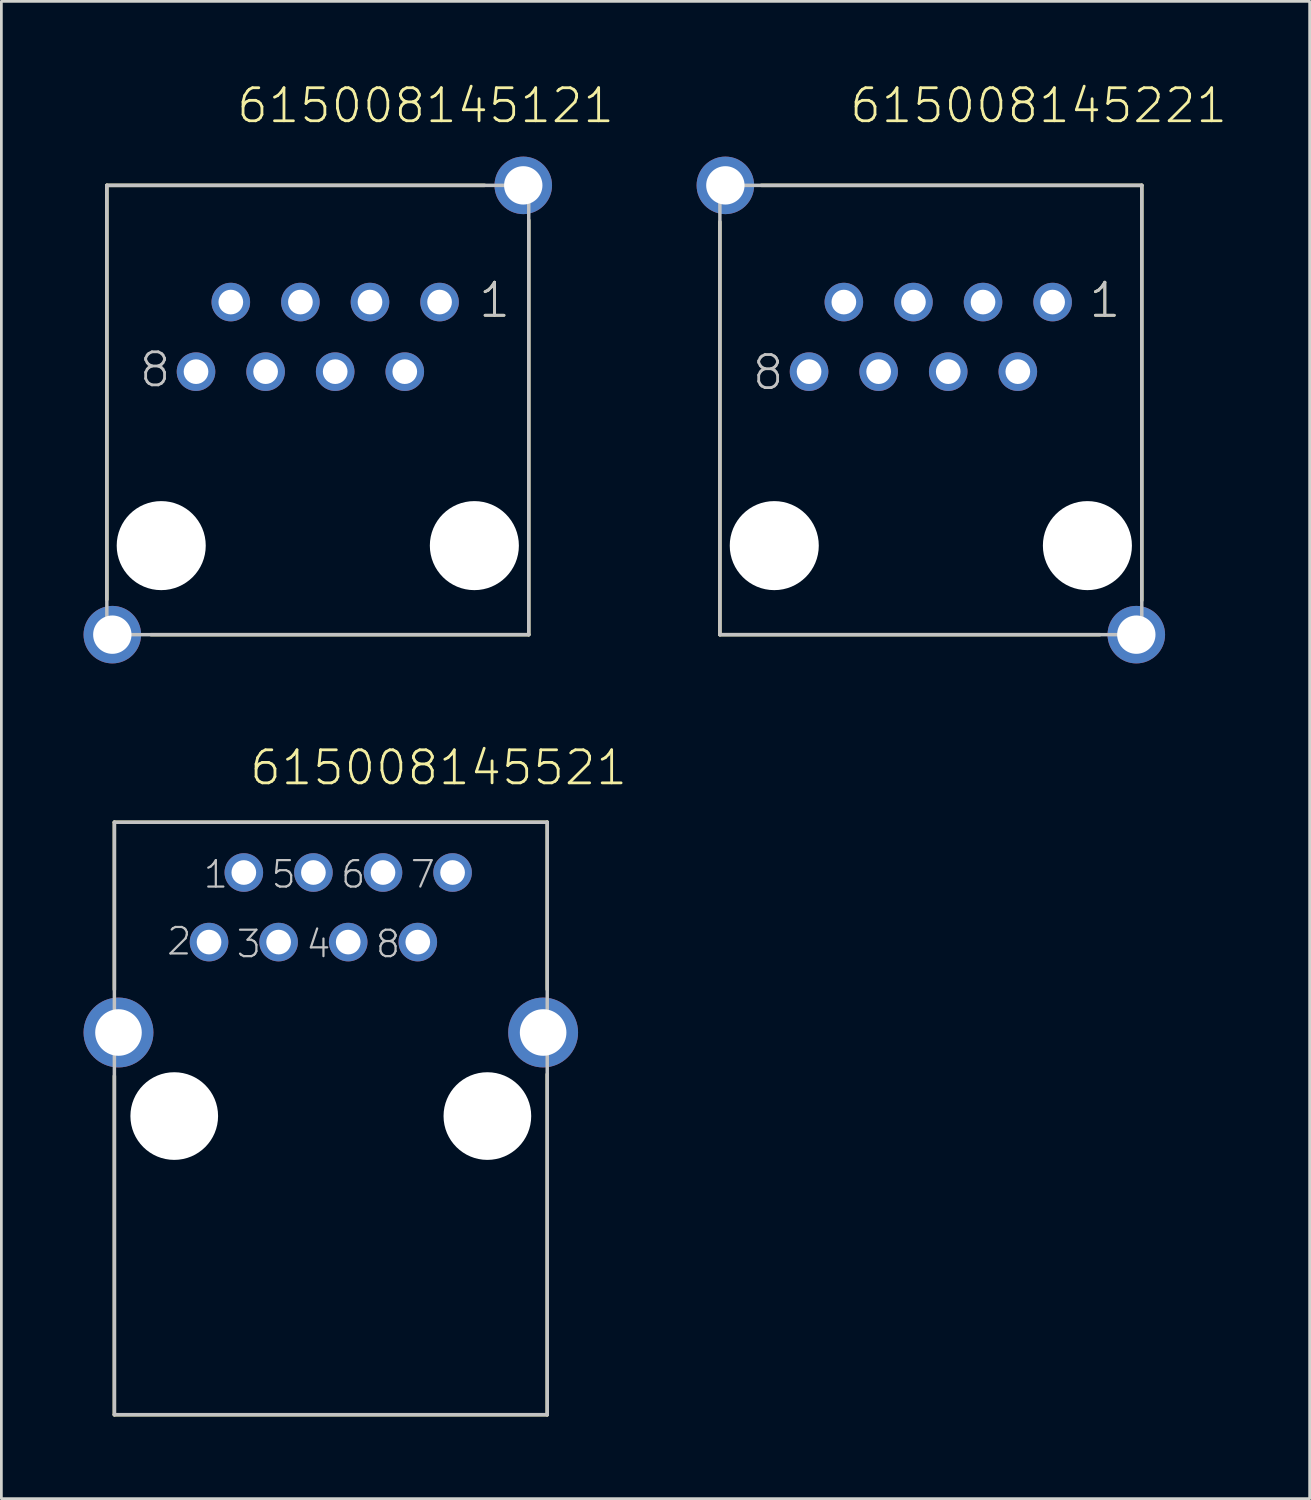
<source format=kicad_pcb>
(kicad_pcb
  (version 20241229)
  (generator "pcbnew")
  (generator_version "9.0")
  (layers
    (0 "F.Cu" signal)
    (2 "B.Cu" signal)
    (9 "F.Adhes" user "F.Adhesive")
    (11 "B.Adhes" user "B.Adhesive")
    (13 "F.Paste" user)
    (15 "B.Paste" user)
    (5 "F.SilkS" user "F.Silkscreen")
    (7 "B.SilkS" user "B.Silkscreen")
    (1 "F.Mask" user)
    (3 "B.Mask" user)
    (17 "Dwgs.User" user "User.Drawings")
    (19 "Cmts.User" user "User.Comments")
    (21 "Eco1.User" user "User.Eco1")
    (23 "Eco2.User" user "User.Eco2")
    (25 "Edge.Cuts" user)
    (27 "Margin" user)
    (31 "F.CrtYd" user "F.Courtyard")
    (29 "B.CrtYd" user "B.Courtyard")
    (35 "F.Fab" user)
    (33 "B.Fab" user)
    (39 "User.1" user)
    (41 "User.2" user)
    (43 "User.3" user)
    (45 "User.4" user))
  (footprint "615008145121"
    (layer "F.Cu")
    (at 8.55 9.246)
    (property "Reference" "615008145121" (at -3.025 -7.735 0) (layer "F.SilkS") (effects (font (size 1.206 1.206) (thickness 0.102)) (justify left bottom)))
    (attr through_hole)
    (fp_line (start -7.7 -5.53) (end -7.7 9.59) (stroke (width 0.127) (type solid)) (layer "F.SilkS"))
    (fp_line (start -6.09 10.87) (end 7.7 10.87) (stroke (width 0.127) (type solid)) (layer "F.SilkS"))
    (fp_line (start 6.09 -5.53) (end -7.7 -5.53) (stroke (width 0.127) (type solid)) (layer "F.SilkS"))
    (fp_line (start 7.7 10.87) (end 7.7 -4.26) (stroke (width 0.127) (type solid)) (layer "F.SilkS"))
    (fp_line (start -7.7 -5.53) (end 7.7 -5.53) (stroke (width 0.127) (type solid)) (layer "Dwgs.User"))
    (fp_line (start -7.7 10.87) (end -7.7 -5.53) (stroke (width 0.127) (type solid)) (layer "Dwgs.User"))
    (fp_line (start 7.7 -5.53) (end 7.7 10.87) (stroke (width 0.127) (type solid)) (layer "Dwgs.User"))
    (fp_line (start 7.7 10.87) (end -7.7 10.87) (stroke (width 0.127) (type solid)) (layer "Dwgs.User"))
    (fp_text user "1" (at 5.81 -0.635 0) (layer "F.SilkS") (effects (font (size 1.206 1.206) (thickness 0.102)) (justify left bottom)))
    (fp_text user "8" (at -6.58 1.905 0) (layer "Dwgs.User") (effects (font (size 1.206 1.206) (thickness 0.102)) (justify left bottom)))
    (fp_text user "1" (at 5.81 -0.635 0) (layer "Dwgs.User") (effects (font (size 1.206 1.206) (thickness 0.102)) (justify left bottom)))
    (pad "" np_thru_hole circle (at -5.715 7.62) (size 3.25 3.25) (drill 3.25) (layers "*.Cu"))
    (pad "" np_thru_hole circle (at 5.715 7.62) (size 3.25 3.25) (drill 3.25) (layers "*.Cu"))
    (pad "1" thru_hole circle (at 4.445 -1.27) (size 1.408 1.408) (drill 0.9) (layers "*.Cu" "*.Mask"))
    (pad "2" thru_hole circle (at 3.175 1.27) (size 1.408 1.408) (drill 0.9) (layers "*.Cu" "*.Mask"))
    (pad "3" thru_hole circle (at 1.905 -1.27) (size 1.408 1.408) (drill 0.9) (layers "*.Cu" "*.Mask"))
    (pad "4" thru_hole circle (at 0.635 1.27) (size 1.408 1.408) (drill 0.9) (layers "*.Cu" "*.Mask"))
    (pad "5" thru_hole circle (at -0.635 -1.27) (size 1.408 1.408) (drill 0.9) (layers "*.Cu" "*.Mask"))
    (pad "6" thru_hole circle (at -1.905 1.27) (size 1.408 1.408) (drill 0.9) (layers "*.Cu" "*.Mask"))
    (pad "7" thru_hole circle (at -3.175 -1.27) (size 1.408 1.408) (drill 0.9) (layers "*.Cu" "*.Mask"))
    (pad "8" thru_hole circle (at -4.445 1.27) (size 1.408 1.408) (drill 0.9) (layers "*.Cu" "*.Mask"))
    (pad "SHEL" thru_hole circle (at -7.5 10.87) (size 2.1 2.1) (drill 1.4) (layers "*.Cu" "*.Mask"))
    (pad "SHEL" thru_hole circle (at 7.5 -5.53) (size 2.1 2.1) (drill 1.4) (layers "*.Cu" "*.Mask")))
  (footprint "615008145521"
    (layer "F.Cu")
    (at 9.025 30.068)
    (property "Reference" "615008145521" (at -3.025 -4.39 0) (layer "F.SilkS") (effects (font (size 1.206 1.206) (thickness 0.102)) (justify left bottom)))
    (attr through_hole)
    (fp_line (start -7.9 -3.105) (end 7.9 -3.105) (stroke (width 0.127) (type solid)) (layer "F.SilkS"))
    (fp_line (start -7.9 3.006) (end -7.9 -3.105) (stroke (width 0.127) (type solid)) (layer "F.SilkS"))
    (fp_line (start -7.9 6.155) (end -7.9 18.522) (stroke (width 0.127) (type solid)) (layer "F.SilkS"))
    (fp_line (start -7.9 18.522) (end 7.9 18.522) (stroke (width 0.127) (type solid)) (layer "F.SilkS"))
    (fp_line (start 7.9 -3.105) (end 7.9 3) (stroke (width 0.127) (type solid)) (layer "F.SilkS"))
    (fp_line (start 7.9 18.522) (end 7.9 6.094) (stroke (width 0.127) (type solid)) (layer "F.SilkS"))
    (fp_line (start -7.9 -3.105) (end 7.9 -3.105) (stroke (width 0.127) (type solid)) (layer "Dwgs.User"))
    (fp_line (start -7.9 18.52) (end -7.9 -3.105) (stroke (width 0.127) (type solid)) (layer "Dwgs.User"))
    (fp_line (start 7.9 -3.105) (end 7.9 18.52) (stroke (width 0.127) (type solid)) (layer "Dwgs.User"))
    (fp_line (start 7.9 18.52) (end -7.9 18.52) (stroke (width 0.127) (type solid)) (layer "Dwgs.User"))
    (fp_text user "8" (at 1.575 1.905 0) (layer "Dwgs.User") (effects (font (size 0.965 0.965) (thickness 0.081)) (justify left bottom)))
    (fp_text user "7" (at 2.845 -0.635 0) (layer "Dwgs.User") (effects (font (size 0.965 0.965) (thickness 0.081)) (justify left bottom)))
    (fp_text user "6" (at 0.305 -0.635 0) (layer "Dwgs.User") (effects (font (size 0.965 0.965) (thickness 0.081)) (justify left bottom)))
    (fp_text user "1" (at -4.71 -0.635 0) (layer "Dwgs.User") (effects (font (size 0.965 0.965) (thickness 0.081)) (justify left bottom)))
    (fp_text user "5" (at -2.235 -0.635 0) (layer "Dwgs.User") (effects (font (size 0.965 0.965) (thickness 0.081)) (justify left bottom)))
    (fp_text user "3" (at -3.505 1.905 0) (layer "Dwgs.User") (effects (font (size 0.965 0.965) (thickness 0.081)) (justify left bottom)))
    (fp_text user "2" (at -6.045 1.805 0) (layer "Dwgs.User") (effects (font (size 0.965 0.965) (thickness 0.081)) (justify left bottom)))
    (fp_text user "4" (at -0.965 1.905 0) (layer "Dwgs.User") (effects (font (size 0.965 0.965) (thickness 0.081)) (justify left bottom)))
    (pad "" np_thru_hole circle (at -5.715 7.62) (size 3.2 3.2) (drill 3.2) (layers "*.Cu"))
    (pad "" np_thru_hole circle (at 5.715 7.62) (size 3.2 3.2) (drill 3.2) (layers "*.Cu"))
    (pad "1" thru_hole circle (at -3.175 -1.27) (size 1.408 1.408) (drill 0.9) (layers "*.Cu" "*.Mask"))
    (pad "2" thru_hole circle (at -4.445 1.27) (size 1.408 1.408) (drill 0.9) (layers "*.Cu" "*.Mask"))
    (pad "3" thru_hole circle (at -1.905 1.27) (size 1.408 1.408) (drill 0.9) (layers "*.Cu" "*.Mask"))
    (pad "4" thru_hole circle (at 0.635 1.27) (size 1.408 1.408) (drill 0.9) (layers "*.Cu" "*.Mask"))
    (pad "5" thru_hole circle (at -0.635 -1.27) (size 1.408 1.408) (drill 0.9) (layers "*.Cu" "*.Mask"))
    (pad "6" thru_hole circle (at 1.905 -1.27) (size 1.408 1.408) (drill 0.9) (layers "*.Cu" "*.Mask"))
    (pad "7" thru_hole circle (at 4.445 -1.27) (size 1.408 1.408) (drill 0.9) (layers "*.Cu" "*.Mask"))
    (pad "8" thru_hole circle (at 3.175 1.27) (size 1.408 1.408) (drill 0.9) (layers "*.Cu" "*.Mask"))
    (pad "SHEL" thru_hole circle (at -7.75 4.57) (size 2.55 2.55) (drill 1.7) (layers "*.Cu" "*.Mask"))
    (pad "SHEL" thru_hole circle (at 7.75 4.57) (size 2.55 2.55) (drill 1.7) (layers "*.Cu" "*.Mask")))
  (footprint "615008145221"
    (layer "F.Cu")
    (at 30.927 9.246)
    (property "Reference" "615008145221" (at -3.025 -7.735 0) (layer "F.SilkS") (effects (font (size 1.206 1.206) (thickness 0.102)) (justify left bottom)))
    (attr through_hole)
    (fp_line (start -7.7 -4.2) (end -7.7 10.87) (stroke (width 0.127) (type solid)) (layer "F.SilkS"))
    (fp_line (start -7.7 10.87) (end 6.17 10.87) (stroke (width 0.127) (type solid)) (layer "F.SilkS"))
    (fp_line (start -6.19 -5.53) (end 7.7 -5.53) (stroke (width 0.127) (type solid)) (layer "F.SilkS"))
    (fp_line (start 7.7 -5.53) (end 7.7 9.62) (stroke (width 0.127) (type solid)) (layer "F.SilkS"))
    (fp_line (start -7.7 -5.53) (end 7.7 -5.53) (stroke (width 0.127) (type solid)) (layer "Dwgs.User"))
    (fp_line (start -7.7 10.87) (end -7.7 -5.53) (stroke (width 0.127) (type solid)) (layer "Dwgs.User"))
    (fp_line (start 7.7 -5.53) (end 7.7 10.87) (stroke (width 0.127) (type solid)) (layer "Dwgs.User"))
    (fp_line (start 7.7 10.87) (end -7.7 10.87) (stroke (width 0.127) (type solid)) (layer "Dwgs.User"))
    (fp_text user "1" (at 5.71 -0.635 0) (layer "F.SilkS") (effects (font (size 1.206 1.206) (thickness 0.102)) (justify left bottom)))
    (fp_text user "8" (at -6.58 2.005 0) (layer "Dwgs.User") (effects (font (size 1.206 1.206) (thickness 0.102)) (justify left bottom)))
    (fp_text user "1" (at 5.71 -0.635 0) (layer "Dwgs.User") (effects (font (size 1.206 1.206) (thickness 0.102)) (justify left bottom)))
    (pad "" np_thru_hole circle (at -5.715 7.62) (size 3.25 3.25) (drill 3.25) (layers "*.Cu"))
    (pad "" np_thru_hole circle (at 5.715 7.62) (size 3.25 3.25) (drill 3.25) (layers "*.Cu"))
    (pad "1" thru_hole circle (at 4.445 -1.27) (size 1.408 1.408) (drill 0.9) (layers "*.Cu" "*.Mask"))
    (pad "2" thru_hole circle (at 3.175 1.27) (size 1.408 1.408) (drill 0.9) (layers "*.Cu" "*.Mask"))
    (pad "3" thru_hole circle (at 1.905 -1.27) (size 1.408 1.408) (drill 0.9) (layers "*.Cu" "*.Mask"))
    (pad "4" thru_hole circle (at 0.635 1.27) (size 1.408 1.408) (drill 0.9) (layers "*.Cu" "*.Mask"))
    (pad "5" thru_hole circle (at -0.635 -1.27) (size 1.408 1.408) (drill 0.9) (layers "*.Cu" "*.Mask"))
    (pad "6" thru_hole circle (at -1.905 1.27) (size 1.408 1.408) (drill 0.9) (layers "*.Cu" "*.Mask"))
    (pad "7" thru_hole circle (at -3.175 -1.27) (size 1.408 1.408) (drill 0.9) (layers "*.Cu" "*.Mask"))
    (pad "8" thru_hole circle (at -4.445 1.27) (size 1.408 1.408) (drill 0.9) (layers "*.Cu" "*.Mask"))
    (pad "SHEL" thru_hole circle (at -7.5 -5.53) (size 2.1 2.1) (drill 1.4) (layers "*.Cu" "*.Mask"))
    (pad "SHEL" thru_hole circle (at 7.5 10.87) (size 2.1 2.1) (drill 1.4) (layers "*.Cu" "*.Mask")))
  (gr_rect
    (start -3 -3)
    (end 44.754 51.653)
    (stroke (width 0.1) (type default))
    (fill no)
    (layer "Edge.Cuts")))
</source>
